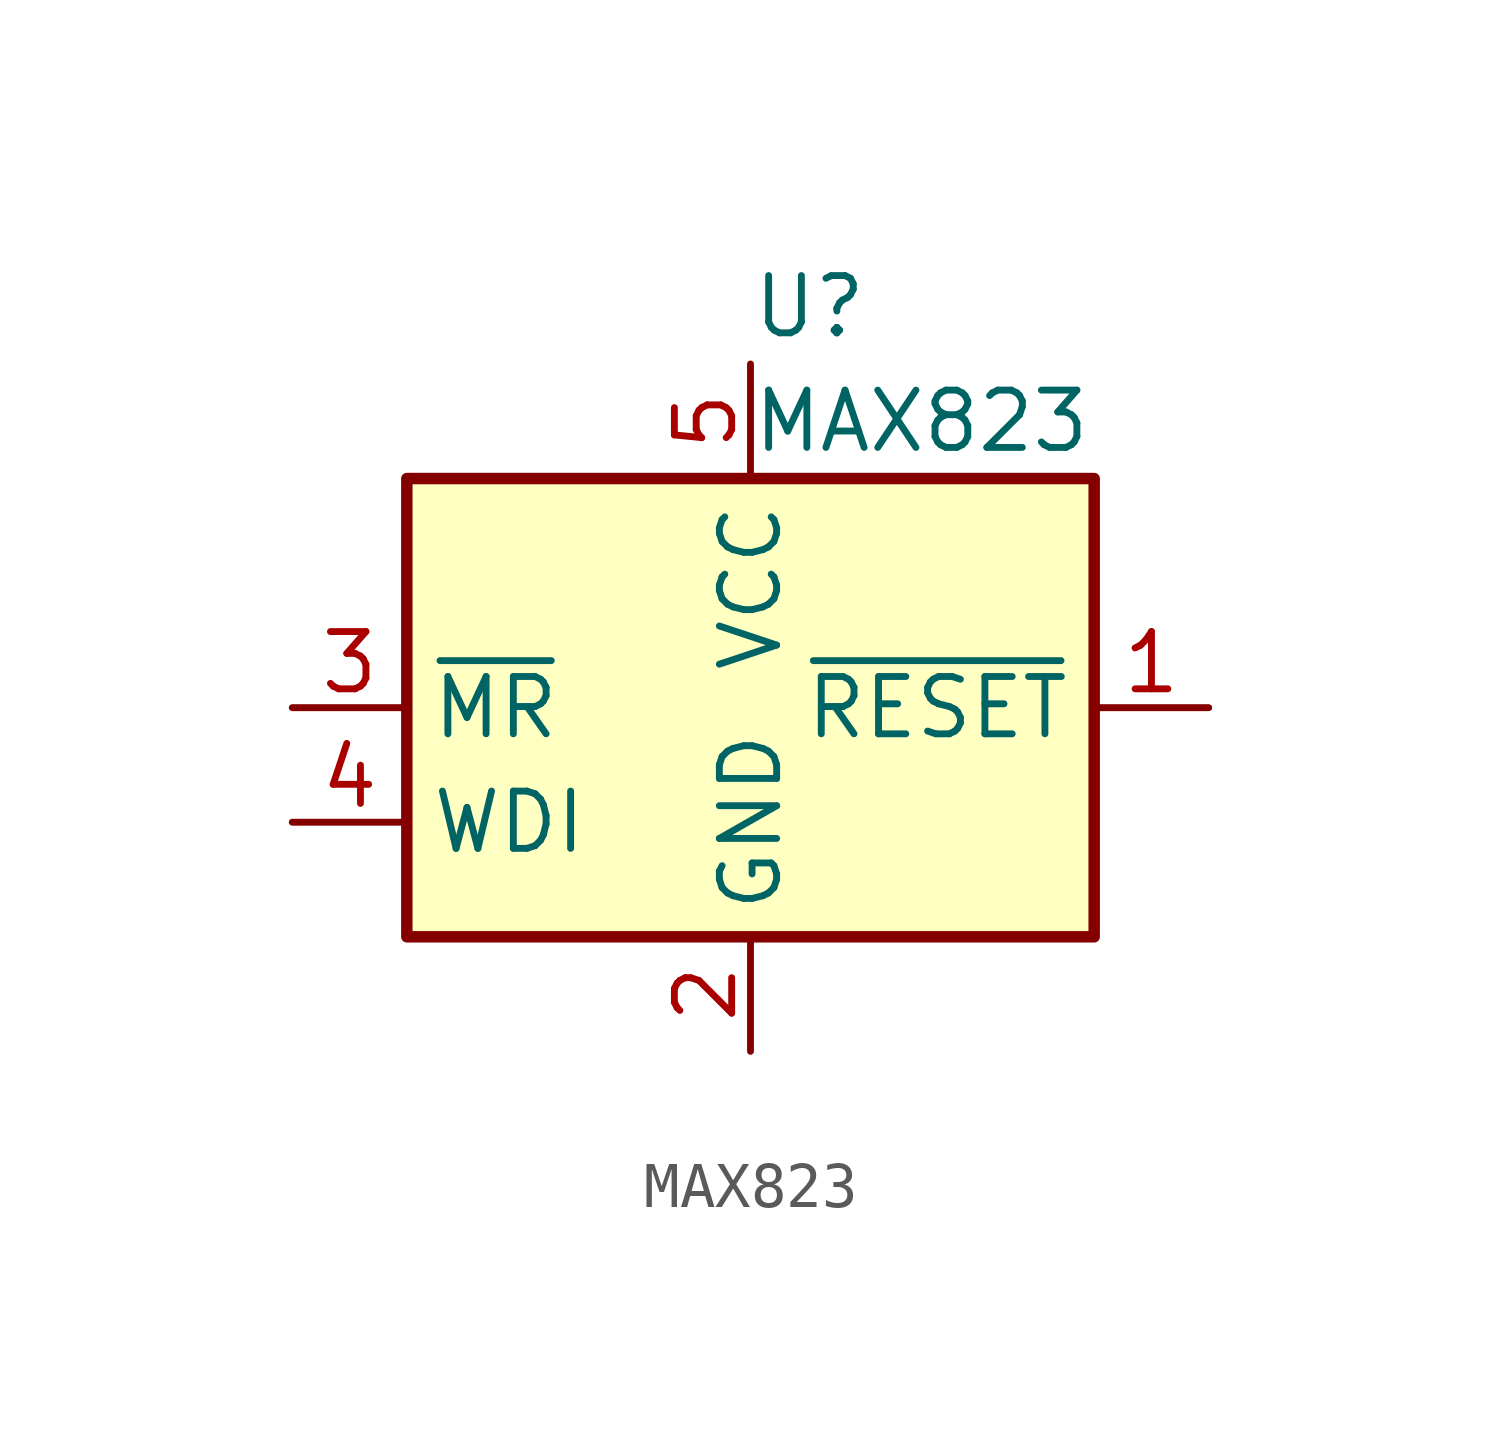
<source format=kicad_sym>
(kicad_symbol_lib
  (version 20220914)
  (generator kicad_symbol_editor)
  (symbol "MAX823"
    (property "Reference" "U"
      (at 0 8.89 0)
      (effects (font (size 1.27 1.27)) (justify left)))
    (property "Value" "MAX823"
      (at 0 6.35 0)
      (effects (font (size 1.27 1.27)) (justify left)))
    (symbol "MAX823_0_1"
      (rectangle (start -7.62 5.08) (end 7.62 -5.08) (stroke (width 0.254) (type default)) (fill (type background))))
    (symbol "MAX823_1_1"
      (pin output line (at 10.16 0 180) (length 2.54) (name "~{RESET}" (effects (font (size 1.27 1.27)))) (number "1" (effects (font (size 1.27 1.27)))))
      (pin power_in line (at 0 -7.62 90) (length 2.54) (name "GND" (effects (font (size 1.27 1.27)))) (number "2" (effects (font (size 1.27 1.27)))))
      (pin input line (at -10.16 0 0) (length 2.54) (name "~{MR}" (effects (font (size 1.27 1.27)))) (number "3" (effects (font (size 1.27 1.27)))))
      (pin input line (at -10.16 -2.54 0) (length 2.54) (name "WDI" (effects (font (size 1.27 1.27)))) (number "4" (effects (font (size 1.27 1.27)))))
      (pin input line (at 0 7.62 270) (length 2.54) (name "VCC" (effects (font (size 1.27 1.27)))) (number "5" (effects (font (size 1.27 1.27))))))))
</source>
